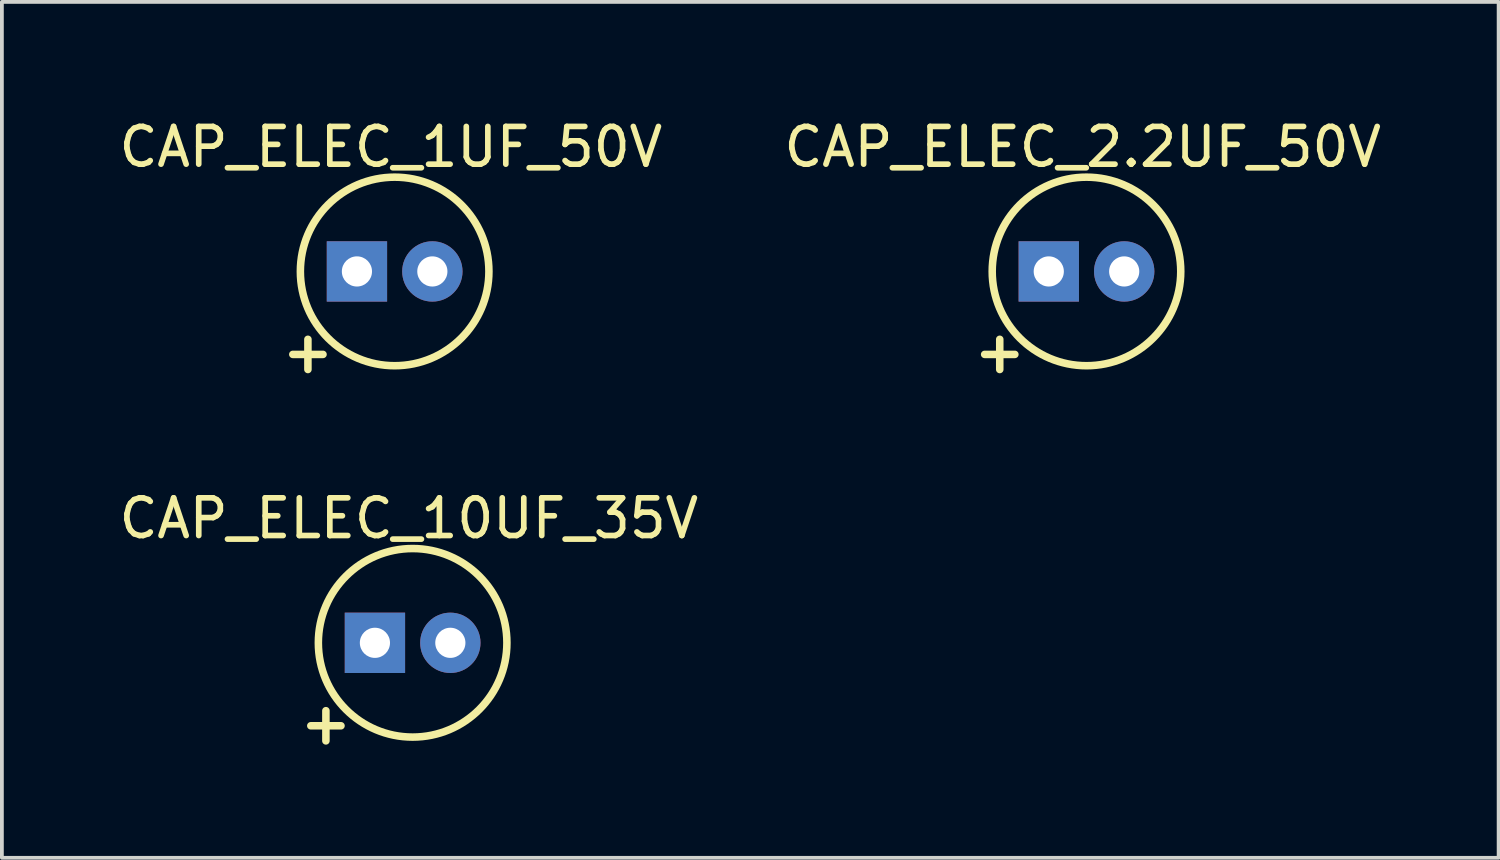
<source format=kicad_pcb>
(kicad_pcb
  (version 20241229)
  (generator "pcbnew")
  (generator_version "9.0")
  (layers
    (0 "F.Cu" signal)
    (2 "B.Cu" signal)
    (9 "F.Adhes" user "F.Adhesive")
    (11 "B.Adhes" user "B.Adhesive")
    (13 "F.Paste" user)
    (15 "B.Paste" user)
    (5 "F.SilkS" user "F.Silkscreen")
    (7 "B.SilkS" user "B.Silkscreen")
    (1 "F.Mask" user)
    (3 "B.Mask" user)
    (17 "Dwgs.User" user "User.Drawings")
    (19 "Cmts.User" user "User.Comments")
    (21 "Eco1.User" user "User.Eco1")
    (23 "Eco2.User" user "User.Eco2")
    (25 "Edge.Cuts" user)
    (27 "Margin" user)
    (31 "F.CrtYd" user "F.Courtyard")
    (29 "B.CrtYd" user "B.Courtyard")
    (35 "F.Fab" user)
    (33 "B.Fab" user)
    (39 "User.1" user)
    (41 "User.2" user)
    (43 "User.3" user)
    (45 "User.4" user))
  (footprint "CAP_ELEC_2.2UF_50V"
    (layer "F.Cu")
    (at 25.761 4.148)
    (property "Reference" "CAP_ELEC_2.2UF_50V" (at -0.1 -3.3 0) (layer "F.SilkS") (effects (font (size 1 1) (thickness 0.15))))
    (fp_line (start -2.7 2.2) (end -1.9 2.2) (stroke (width 0.2) (type solid)) (layer "F.SilkS"))
    (fp_line (start -2.3 2.6) (end -2.3 1.8) (stroke (width 0.2) (type solid)) (layer "F.SilkS"))
    (fp_circle (center 0 0) (end 0 -2.5) (stroke (width 0.2) (type solid)) (fill no) (layer "F.SilkS"))
    (pad "1" thru_hole rect (at -1 0) (size 1.6 1.6) (drill 0.8) (layers "*.Cu" "*.Mask"))
    (pad "2" thru_hole circle (at 1 0) (size 1.6 1.6) (drill 0.8) (layers "*.Cu" "*.Mask")))
  (footprint "CAP_ELEC_1UF_50V"
    (layer "F.Cu")
    (at 7.415 4.148)
    (property "Reference" "CAP_ELEC_1UF_50V" (at -0.1 -3.3 0) (layer "F.SilkS") (effects (font (size 1 1) (thickness 0.15))))
    (fp_line (start -2.7 2.2) (end -1.9 2.2) (stroke (width 0.2) (type solid)) (layer "F.SilkS"))
    (fp_line (start -2.3 2.6) (end -2.3 1.8) (stroke (width 0.2) (type solid)) (layer "F.SilkS"))
    (fp_circle (center 0 0) (end 0 -2.5) (stroke (width 0.2) (type solid)) (fill no) (layer "F.SilkS"))
    (pad "1" thru_hole rect (at -1 0) (size 1.6 1.6) (drill 0.8) (layers "*.Cu" "*.Mask"))
    (pad "2" thru_hole circle (at 1 0) (size 1.6 1.6) (drill 0.8) (layers "*.Cu" "*.Mask")))
  (footprint "CAP_ELEC_10UF_35V"
    (layer "F.Cu")
    (at 7.892 13.996)
    (property "Reference" "CAP_ELEC_10UF_35V" (at -0.1 -3.3 0) (layer "F.SilkS") (effects (font (size 1 1) (thickness 0.15))))
    (fp_line (start -2.7 2.2) (end -1.9 2.2) (stroke (width 0.2) (type solid)) (layer "F.SilkS"))
    (fp_line (start -2.3 2.6) (end -2.3 1.8) (stroke (width 0.2) (type solid)) (layer "F.SilkS"))
    (fp_circle (center 0 0) (end 0 -2.5) (stroke (width 0.2) (type solid)) (fill no) (layer "F.SilkS"))
    (pad "1" thru_hole rect (at -1 0) (size 1.6 1.6) (drill 0.8) (layers "*.Cu" "*.Mask"))
    (pad "2" thru_hole circle (at 1 0) (size 1.6 1.6) (drill 0.8) (layers "*.Cu" "*.Mask")))
  (gr_rect
    (start -3 -3)
    (end 36.69 19.697)
    (stroke (width 0.1) (type default))
    (fill no)
    (layer "Edge.Cuts")))
</source>
